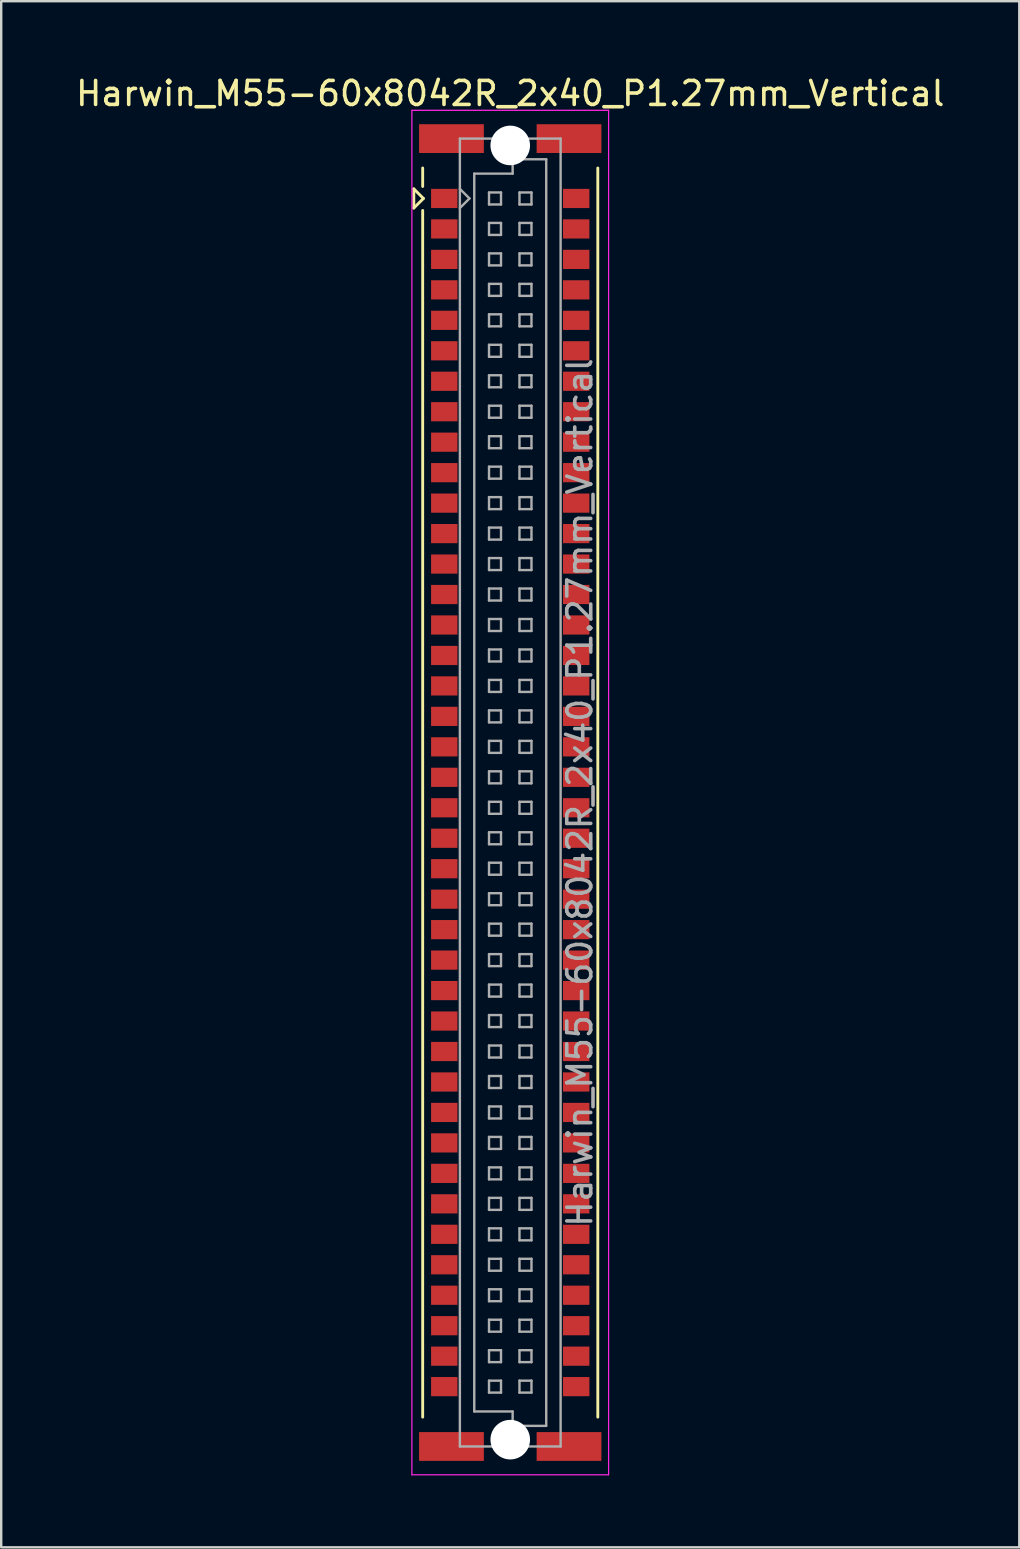
<source format=kicad_pcb>
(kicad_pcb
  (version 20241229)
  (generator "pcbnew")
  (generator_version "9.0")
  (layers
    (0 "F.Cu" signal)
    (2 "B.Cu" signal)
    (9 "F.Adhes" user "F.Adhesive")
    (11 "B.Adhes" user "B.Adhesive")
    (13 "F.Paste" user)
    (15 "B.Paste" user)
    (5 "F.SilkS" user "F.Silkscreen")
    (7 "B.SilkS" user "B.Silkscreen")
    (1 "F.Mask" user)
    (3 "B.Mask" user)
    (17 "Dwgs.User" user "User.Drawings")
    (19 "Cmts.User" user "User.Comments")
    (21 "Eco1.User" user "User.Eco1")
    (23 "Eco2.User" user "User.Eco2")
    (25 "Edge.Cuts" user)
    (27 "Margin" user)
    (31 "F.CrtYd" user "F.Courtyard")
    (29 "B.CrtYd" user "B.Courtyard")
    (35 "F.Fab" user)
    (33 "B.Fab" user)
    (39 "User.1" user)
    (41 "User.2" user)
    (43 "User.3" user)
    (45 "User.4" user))
  (footprint "Harwin_M55-60x8042R_2x40_P1.27mm_Vertical"
    (layer "F.Cu")
    (at 18.22 29.988)
    (property "Reference" "Harwin_M55-60x8042R_2x40_P1.27mm_Vertical" (at 0 -29.14 0) (layer "F.SilkS") (effects (font (size 1 1) (thickness 0.15))))
    (attr smd)
    (fp_line (start -4.02 -25.165) (end -4.02 -24.365) (stroke (width 0.12) (type solid)) (layer "F.SilkS"))
    (fp_line (start -4.02 -24.365) (end -3.62 -24.765) (stroke (width 0.12) (type solid)) (layer "F.SilkS"))
    (fp_line (start -3.65 -25.265) (end -3.65 -26.035) (stroke (width 0.12) (type solid)) (layer "F.SilkS"))
    (fp_line (start -3.65 -24.265) (end -3.65 26.035) (stroke (width 0.12) (type solid)) (layer "F.SilkS"))
    (fp_line (start -3.62 -24.765) (end -4.02 -25.165) (stroke (width 0.12) (type solid)) (layer "F.SilkS"))
    (fp_line (start 3.65 26.035) (end 3.65 -26.035) (stroke (width 0.12) (type solid)) (layer "F.SilkS"))
    (fp_line (start -4.1 -28.44) (end 4.1 -28.44) (stroke (width 0.05) (type solid)) (layer "F.CrtYd"))
    (fp_line (start -4.1 28.44) (end -4.1 -28.44) (stroke (width 0.05) (type solid)) (layer "F.CrtYd"))
    (fp_line (start 4.1 -28.44) (end 4.1 28.44) (stroke (width 0.05) (type solid)) (layer "F.CrtYd"))
    (fp_line (start 4.1 28.44) (end -4.1 28.44) (stroke (width 0.05) (type solid)) (layer "F.CrtYd"))
    (fp_line (start -2.1 -27.26) (end -2.1 27.26) (stroke (width 0.1) (type solid)) (layer "F.Fab"))
    (fp_line (start -2.1 -24.365) (end -1.7 -24.765) (stroke (width 0.1) (type solid)) (layer "F.Fab"))
    (fp_line (start -2.1 27.26) (end 2.1 27.26) (stroke (width 0.1) (type solid)) (layer "F.Fab"))
    (fp_line (start -1.7 -24.765) (end -2.1 -25.165) (stroke (width 0.1) (type solid)) (layer "F.Fab"))
    (fp_line (start -1.5 -25.8) (end 0.1 -25.8) (stroke (width 0.1) (type solid)) (layer "F.Fab"))
    (fp_line (start -1.5 25.8) (end -1.5 -25.8) (stroke (width 0.1) (type solid)) (layer "F.Fab"))
    (fp_line (start -0.885 -25.015) (end -0.885 -24.515) (stroke (width 0.1) (type solid)) (layer "F.Fab"))
    (fp_line (start -0.885 -24.515) (end -0.385 -24.515) (stroke (width 0.1) (type solid)) (layer "F.Fab"))
    (fp_line (start -0.885 -23.745) (end -0.885 -23.245) (stroke (width 0.1) (type solid)) (layer "F.Fab"))
    (fp_line (start -0.885 -23.245) (end -0.385 -23.245) (stroke (width 0.1) (type solid)) (layer "F.Fab"))
    (fp_line (start -0.885 -22.475) (end -0.885 -21.975) (stroke (width 0.1) (type solid)) (layer "F.Fab"))
    (fp_line (start -0.885 -21.975) (end -0.385 -21.975) (stroke (width 0.1) (type solid)) (layer "F.Fab"))
    (fp_line (start -0.885 -21.205) (end -0.885 -20.705) (stroke (width 0.1) (type solid)) (layer "F.Fab"))
    (fp_line (start -0.885 -20.705) (end -0.385 -20.705) (stroke (width 0.1) (type solid)) (layer "F.Fab"))
    (fp_line (start -0.885 -19.935) (end -0.885 -19.435) (stroke (width 0.1) (type solid)) (layer "F.Fab"))
    (fp_line (start -0.885 -19.435) (end -0.385 -19.435) (stroke (width 0.1) (type solid)) (layer "F.Fab"))
    (fp_line (start -0.885 -18.665) (end -0.885 -18.165) (stroke (width 0.1) (type solid)) (layer "F.Fab"))
    (fp_line (start -0.885 -18.165) (end -0.385 -18.165) (stroke (width 0.1) (type solid)) (layer "F.Fab"))
    (fp_line (start -0.885 -17.395) (end -0.885 -16.895) (stroke (width 0.1) (type solid)) (layer "F.Fab"))
    (fp_line (start -0.885 -16.895) (end -0.385 -16.895) (stroke (width 0.1) (type solid)) (layer "F.Fab"))
    (fp_line (start -0.885 -16.125) (end -0.885 -15.625) (stroke (width 0.1) (type solid)) (layer "F.Fab"))
    (fp_line (start -0.885 -15.625) (end -0.385 -15.625) (stroke (width 0.1) (type solid)) (layer "F.Fab"))
    (fp_line (start -0.885 -14.855) (end -0.885 -14.355) (stroke (width 0.1) (type solid)) (layer "F.Fab"))
    (fp_line (start -0.885 -14.355) (end -0.385 -14.355) (stroke (width 0.1) (type solid)) (layer "F.Fab"))
    (fp_line (start -0.885 -13.585) (end -0.885 -13.085) (stroke (width 0.1) (type solid)) (layer "F.Fab"))
    (fp_line (start -0.885 -13.085) (end -0.385 -13.085) (stroke (width 0.1) (type solid)) (layer "F.Fab"))
    (fp_line (start -0.885 -12.315) (end -0.885 -11.815) (stroke (width 0.1) (type solid)) (layer "F.Fab"))
    (fp_line (start -0.885 -11.815) (end -0.385 -11.815) (stroke (width 0.1) (type solid)) (layer "F.Fab"))
    (fp_line (start -0.885 -11.045) (end -0.885 -10.545) (stroke (width 0.1) (type solid)) (layer "F.Fab"))
    (fp_line (start -0.885 -10.545) (end -0.385 -10.545) (stroke (width 0.1) (type solid)) (layer "F.Fab"))
    (fp_line (start -0.885 -9.775) (end -0.885 -9.275) (stroke (width 0.1) (type solid)) (layer "F.Fab"))
    (fp_line (start -0.885 -9.275) (end -0.385 -9.275) (stroke (width 0.1) (type solid)) (layer "F.Fab"))
    (fp_line (start -0.885 -8.505) (end -0.885 -8.005) (stroke (width 0.1) (type solid)) (layer "F.Fab"))
    (fp_line (start -0.885 -8.005) (end -0.385 -8.005) (stroke (width 0.1) (type solid)) (layer "F.Fab"))
    (fp_line (start -0.885 -7.235) (end -0.885 -6.735) (stroke (width 0.1) (type solid)) (layer "F.Fab"))
    (fp_line (start -0.885 -6.735) (end -0.385 -6.735) (stroke (width 0.1) (type solid)) (layer "F.Fab"))
    (fp_line (start -0.885 -5.965) (end -0.885 -5.465) (stroke (width 0.1) (type solid)) (layer "F.Fab"))
    (fp_line (start -0.885 -5.465) (end -0.385 -5.465) (stroke (width 0.1) (type solid)) (layer "F.Fab"))
    (fp_line (start -0.885 -4.695) (end -0.885 -4.195) (stroke (width 0.1) (type solid)) (layer "F.Fab"))
    (fp_line (start -0.885 -4.195) (end -0.385 -4.195) (stroke (width 0.1) (type solid)) (layer "F.Fab"))
    (fp_line (start -0.885 -3.425) (end -0.885 -2.925) (stroke (width 0.1) (type solid)) (layer "F.Fab"))
    (fp_line (start -0.885 -2.925) (end -0.385 -2.925) (stroke (width 0.1) (type solid)) (layer "F.Fab"))
    (fp_line (start -0.885 -2.155) (end -0.885 -1.655) (stroke (width 0.1) (type solid)) (layer "F.Fab"))
    (fp_line (start -0.885 -1.655) (end -0.385 -1.655) (stroke (width 0.1) (type solid)) (layer "F.Fab"))
    (fp_line (start -0.885 -0.885) (end -0.885 -0.385) (stroke (width 0.1) (type solid)) (layer "F.Fab"))
    (fp_line (start -0.885 -0.385) (end -0.385 -0.385) (stroke (width 0.1) (type solid)) (layer "F.Fab"))
    (fp_line (start -0.885 0.385) (end -0.885 0.885) (stroke (width 0.1) (type solid)) (layer "F.Fab"))
    (fp_line (start -0.885 0.885) (end -0.385 0.885) (stroke (width 0.1) (type solid)) (layer "F.Fab"))
    (fp_line (start -0.885 1.655) (end -0.885 2.155) (stroke (width 0.1) (type solid)) (layer "F.Fab"))
    (fp_line (start -0.885 2.155) (end -0.385 2.155) (stroke (width 0.1) (type solid)) (layer "F.Fab"))
    (fp_line (start -0.885 2.925) (end -0.885 3.425) (stroke (width 0.1) (type solid)) (layer "F.Fab"))
    (fp_line (start -0.885 3.425) (end -0.385 3.425) (stroke (width 0.1) (type solid)) (layer "F.Fab"))
    (fp_line (start -0.885 4.195) (end -0.885 4.695) (stroke (width 0.1) (type solid)) (layer "F.Fab"))
    (fp_line (start -0.885 4.695) (end -0.385 4.695) (stroke (width 0.1) (type solid)) (layer "F.Fab"))
    (fp_line (start -0.885 5.465) (end -0.885 5.965) (stroke (width 0.1) (type solid)) (layer "F.Fab"))
    (fp_line (start -0.885 5.965) (end -0.385 5.965) (stroke (width 0.1) (type solid)) (layer "F.Fab"))
    (fp_line (start -0.885 6.735) (end -0.885 7.235) (stroke (width 0.1) (type solid)) (layer "F.Fab"))
    (fp_line (start -0.885 7.235) (end -0.385 7.235) (stroke (width 0.1) (type solid)) (layer "F.Fab"))
    (fp_line (start -0.885 8.005) (end -0.885 8.505) (stroke (width 0.1) (type solid)) (layer "F.Fab"))
    (fp_line (start -0.885 8.505) (end -0.385 8.505) (stroke (width 0.1) (type solid)) (layer "F.Fab"))
    (fp_line (start -0.885 9.275) (end -0.885 9.775) (stroke (width 0.1) (type solid)) (layer "F.Fab"))
    (fp_line (start -0.885 9.775) (end -0.385 9.775) (stroke (width 0.1) (type solid)) (layer "F.Fab"))
    (fp_line (start -0.885 10.545) (end -0.885 11.045) (stroke (width 0.1) (type solid)) (layer "F.Fab"))
    (fp_line (start -0.885 11.045) (end -0.385 11.045) (stroke (width 0.1) (type solid)) (layer "F.Fab"))
    (fp_line (start -0.885 11.815) (end -0.885 12.315) (stroke (width 0.1) (type solid)) (layer "F.Fab"))
    (fp_line (start -0.885 12.315) (end -0.385 12.315) (stroke (width 0.1) (type solid)) (layer "F.Fab"))
    (fp_line (start -0.885 13.085) (end -0.885 13.585) (stroke (width 0.1) (type solid)) (layer "F.Fab"))
    (fp_line (start -0.885 13.585) (end -0.385 13.585) (stroke (width 0.1) (type solid)) (layer "F.Fab"))
    (fp_line (start -0.885 14.355) (end -0.885 14.855) (stroke (width 0.1) (type solid)) (layer "F.Fab"))
    (fp_line (start -0.885 14.855) (end -0.385 14.855) (stroke (width 0.1) (type solid)) (layer "F.Fab"))
    (fp_line (start -0.885 15.625) (end -0.885 16.125) (stroke (width 0.1) (type solid)) (layer "F.Fab"))
    (fp_line (start -0.885 16.125) (end -0.385 16.125) (stroke (width 0.1) (type solid)) (layer "F.Fab"))
    (fp_line (start -0.885 16.895) (end -0.885 17.395) (stroke (width 0.1) (type solid)) (layer "F.Fab"))
    (fp_line (start -0.885 17.395) (end -0.385 17.395) (stroke (width 0.1) (type solid)) (layer "F.Fab"))
    (fp_line (start -0.885 18.165) (end -0.885 18.665) (stroke (width 0.1) (type solid)) (layer "F.Fab"))
    (fp_line (start -0.885 18.665) (end -0.385 18.665) (stroke (width 0.1) (type solid)) (layer "F.Fab"))
    (fp_line (start -0.885 19.435) (end -0.885 19.935) (stroke (width 0.1) (type solid)) (layer "F.Fab"))
    (fp_line (start -0.885 19.935) (end -0.385 19.935) (stroke (width 0.1) (type solid)) (layer "F.Fab"))
    (fp_line (start -0.885 20.705) (end -0.885 21.205) (stroke (width 0.1) (type solid)) (layer "F.Fab"))
    (fp_line (start -0.885 21.205) (end -0.385 21.205) (stroke (width 0.1) (type solid)) (layer "F.Fab"))
    (fp_line (start -0.885 21.975) (end -0.885 22.475) (stroke (width 0.1) (type solid)) (layer "F.Fab"))
    (fp_line (start -0.885 22.475) (end -0.385 22.475) (stroke (width 0.1) (type solid)) (layer "F.Fab"))
    (fp_line (start -0.885 23.245) (end -0.885 23.745) (stroke (width 0.1) (type solid)) (layer "F.Fab"))
    (fp_line (start -0.885 23.745) (end -0.385 23.745) (stroke (width 0.1) (type solid)) (layer "F.Fab"))
    (fp_line (start -0.885 24.515) (end -0.885 25.015) (stroke (width 0.1) (type solid)) (layer "F.Fab"))
    (fp_line (start -0.885 25.015) (end -0.385 25.015) (stroke (width 0.1) (type solid)) (layer "F.Fab"))
    (fp_line (start -0.385 -25.015) (end -0.885 -25.015) (stroke (width 0.1) (type solid)) (layer "F.Fab"))
    (fp_line (start -0.385 -24.515) (end -0.385 -25.015) (stroke (width 0.1) (type solid)) (layer "F.Fab"))
    (fp_line (start -0.385 -23.745) (end -0.885 -23.745) (stroke (width 0.1) (type solid)) (layer "F.Fab"))
    (fp_line (start -0.385 -23.245) (end -0.385 -23.745) (stroke (width 0.1) (type solid)) (layer "F.Fab"))
    (fp_line (start -0.385 -22.475) (end -0.885 -22.475) (stroke (width 0.1) (type solid)) (layer "F.Fab"))
    (fp_line (start -0.385 -21.975) (end -0.385 -22.475) (stroke (width 0.1) (type solid)) (layer "F.Fab"))
    (fp_line (start -0.385 -21.205) (end -0.885 -21.205) (stroke (width 0.1) (type solid)) (layer "F.Fab"))
    (fp_line (start -0.385 -20.705) (end -0.385 -21.205) (stroke (width 0.1) (type solid)) (layer "F.Fab"))
    (fp_line (start -0.385 -19.935) (end -0.885 -19.935) (stroke (width 0.1) (type solid)) (layer "F.Fab"))
    (fp_line (start -0.385 -19.435) (end -0.385 -19.935) (stroke (width 0.1) (type solid)) (layer "F.Fab"))
    (fp_line (start -0.385 -18.665) (end -0.885 -18.665) (stroke (width 0.1) (type solid)) (layer "F.Fab"))
    (fp_line (start -0.385 -18.165) (end -0.385 -18.665) (stroke (width 0.1) (type solid)) (layer "F.Fab"))
    (fp_line (start -0.385 -17.395) (end -0.885 -17.395) (stroke (width 0.1) (type solid)) (layer "F.Fab"))
    (fp_line (start -0.385 -16.895) (end -0.385 -17.395) (stroke (width 0.1) (type solid)) (layer "F.Fab"))
    (fp_line (start -0.385 -16.125) (end -0.885 -16.125) (stroke (width 0.1) (type solid)) (layer "F.Fab"))
    (fp_line (start -0.385 -15.625) (end -0.385 -16.125) (stroke (width 0.1) (type solid)) (layer "F.Fab"))
    (fp_line (start -0.385 -14.855) (end -0.885 -14.855) (stroke (width 0.1) (type solid)) (layer "F.Fab"))
    (fp_line (start -0.385 -14.355) (end -0.385 -14.855) (stroke (width 0.1) (type solid)) (layer "F.Fab"))
    (fp_line (start -0.385 -13.585) (end -0.885 -13.585) (stroke (width 0.1) (type solid)) (layer "F.Fab"))
    (fp_line (start -0.385 -13.085) (end -0.385 -13.585) (stroke (width 0.1) (type solid)) (layer "F.Fab"))
    (fp_line (start -0.385 -12.315) (end -0.885 -12.315) (stroke (width 0.1) (type solid)) (layer "F.Fab"))
    (fp_line (start -0.385 -11.815) (end -0.385 -12.315) (stroke (width 0.1) (type solid)) (layer "F.Fab"))
    (fp_line (start -0.385 -11.045) (end -0.885 -11.045) (stroke (width 0.1) (type solid)) (layer "F.Fab"))
    (fp_line (start -0.385 -10.545) (end -0.385 -11.045) (stroke (width 0.1) (type solid)) (layer "F.Fab"))
    (fp_line (start -0.385 -9.775) (end -0.885 -9.775) (stroke (width 0.1) (type solid)) (layer "F.Fab"))
    (fp_line (start -0.385 -9.275) (end -0.385 -9.775) (stroke (width 0.1) (type solid)) (layer "F.Fab"))
    (fp_line (start -0.385 -8.505) (end -0.885 -8.505) (stroke (width 0.1) (type solid)) (layer "F.Fab"))
    (fp_line (start -0.385 -8.005) (end -0.385 -8.505) (stroke (width 0.1) (type solid)) (layer "F.Fab"))
    (fp_line (start -0.385 -7.235) (end -0.885 -7.235) (stroke (width 0.1) (type solid)) (layer "F.Fab"))
    (fp_line (start -0.385 -6.735) (end -0.385 -7.235) (stroke (width 0.1) (type solid)) (layer "F.Fab"))
    (fp_line (start -0.385 -5.965) (end -0.885 -5.965) (stroke (width 0.1) (type solid)) (layer "F.Fab"))
    (fp_line (start -0.385 -5.465) (end -0.385 -5.965) (stroke (width 0.1) (type solid)) (layer "F.Fab"))
    (fp_line (start -0.385 -4.695) (end -0.885 -4.695) (stroke (width 0.1) (type solid)) (layer "F.Fab"))
    (fp_line (start -0.385 -4.195) (end -0.385 -4.695) (stroke (width 0.1) (type solid)) (layer "F.Fab"))
    (fp_line (start -0.385 -3.425) (end -0.885 -3.425) (stroke (width 0.1) (type solid)) (layer "F.Fab"))
    (fp_line (start -0.385 -2.925) (end -0.385 -3.425) (stroke (width 0.1) (type solid)) (layer "F.Fab"))
    (fp_line (start -0.385 -2.155) (end -0.885 -2.155) (stroke (width 0.1) (type solid)) (layer "F.Fab"))
    (fp_line (start -0.385 -1.655) (end -0.385 -2.155) (stroke (width 0.1) (type solid)) (layer "F.Fab"))
    (fp_line (start -0.385 -0.885) (end -0.885 -0.885) (stroke (width 0.1) (type solid)) (layer "F.Fab"))
    (fp_line (start -0.385 -0.385) (end -0.385 -0.885) (stroke (width 0.1) (type solid)) (layer "F.Fab"))
    (fp_line (start -0.385 0.385) (end -0.885 0.385) (stroke (width 0.1) (type solid)) (layer "F.Fab"))
    (fp_line (start -0.385 0.885) (end -0.385 0.385) (stroke (width 0.1) (type solid)) (layer "F.Fab"))
    (fp_line (start -0.385 1.655) (end -0.885 1.655) (stroke (width 0.1) (type solid)) (layer "F.Fab"))
    (fp_line (start -0.385 2.155) (end -0.385 1.655) (stroke (width 0.1) (type solid)) (layer "F.Fab"))
    (fp_line (start -0.385 2.925) (end -0.885 2.925) (stroke (width 0.1) (type solid)) (layer "F.Fab"))
    (fp_line (start -0.385 3.425) (end -0.385 2.925) (stroke (width 0.1) (type solid)) (layer "F.Fab"))
    (fp_line (start -0.385 4.195) (end -0.885 4.195) (stroke (width 0.1) (type solid)) (layer "F.Fab"))
    (fp_line (start -0.385 4.695) (end -0.385 4.195) (stroke (width 0.1) (type solid)) (layer "F.Fab"))
    (fp_line (start -0.385 5.465) (end -0.885 5.465) (stroke (width 0.1) (type solid)) (layer "F.Fab"))
    (fp_line (start -0.385 5.965) (end -0.385 5.465) (stroke (width 0.1) (type solid)) (layer "F.Fab"))
    (fp_line (start -0.385 6.735) (end -0.885 6.735) (stroke (width 0.1) (type solid)) (layer "F.Fab"))
    (fp_line (start -0.385 7.235) (end -0.385 6.735) (stroke (width 0.1) (type solid)) (layer "F.Fab"))
    (fp_line (start -0.385 8.005) (end -0.885 8.005) (stroke (width 0.1) (type solid)) (layer "F.Fab"))
    (fp_line (start -0.385 8.505) (end -0.385 8.005) (stroke (width 0.1) (type solid)) (layer "F.Fab"))
    (fp_line (start -0.385 9.275) (end -0.885 9.275) (stroke (width 0.1) (type solid)) (layer "F.Fab"))
    (fp_line (start -0.385 9.775) (end -0.385 9.275) (stroke (width 0.1) (type solid)) (layer "F.Fab"))
    (fp_line (start -0.385 10.545) (end -0.885 10.545) (stroke (width 0.1) (type solid)) (layer "F.Fab"))
    (fp_line (start -0.385 11.045) (end -0.385 10.545) (stroke (width 0.1) (type solid)) (layer "F.Fab"))
    (fp_line (start -0.385 11.815) (end -0.885 11.815) (stroke (width 0.1) (type solid)) (layer "F.Fab"))
    (fp_line (start -0.385 12.315) (end -0.385 11.815) (stroke (width 0.1) (type solid)) (layer "F.Fab"))
    (fp_line (start -0.385 13.085) (end -0.885 13.085) (stroke (width 0.1) (type solid)) (layer "F.Fab"))
    (fp_line (start -0.385 13.585) (end -0.385 13.085) (stroke (width 0.1) (type solid)) (layer "F.Fab"))
    (fp_line (start -0.385 14.355) (end -0.885 14.355) (stroke (width 0.1) (type solid)) (layer "F.Fab"))
    (fp_line (start -0.385 14.855) (end -0.385 14.355) (stroke (width 0.1) (type solid)) (layer "F.Fab"))
    (fp_line (start -0.385 15.625) (end -0.885 15.625) (stroke (width 0.1) (type solid)) (layer "F.Fab"))
    (fp_line (start -0.385 16.125) (end -0.385 15.625) (stroke (width 0.1) (type solid)) (layer "F.Fab"))
    (fp_line (start -0.385 16.895) (end -0.885 16.895) (stroke (width 0.1) (type solid)) (layer "F.Fab"))
    (fp_line (start -0.385 17.395) (end -0.385 16.895) (stroke (width 0.1) (type solid)) (layer "F.Fab"))
    (fp_line (start -0.385 18.165) (end -0.885 18.165) (stroke (width 0.1) (type solid)) (layer "F.Fab"))
    (fp_line (start -0.385 18.665) (end -0.385 18.165) (stroke (width 0.1) (type solid)) (layer "F.Fab"))
    (fp_line (start -0.385 19.435) (end -0.885 19.435) (stroke (width 0.1) (type solid)) (layer "F.Fab"))
    (fp_line (start -0.385 19.935) (end -0.385 19.435) (stroke (width 0.1) (type solid)) (layer "F.Fab"))
    (fp_line (start -0.385 20.705) (end -0.885 20.705) (stroke (width 0.1) (type solid)) (layer "F.Fab"))
    (fp_line (start -0.385 21.205) (end -0.385 20.705) (stroke (width 0.1) (type solid)) (layer "F.Fab"))
    (fp_line (start -0.385 21.975) (end -0.885 21.975) (stroke (width 0.1) (type solid)) (layer "F.Fab"))
    (fp_line (start -0.385 22.475) (end -0.385 21.975) (stroke (width 0.1) (type solid)) (layer "F.Fab"))
    (fp_line (start -0.385 23.245) (end -0.885 23.245) (stroke (width 0.1) (type solid)) (layer "F.Fab"))
    (fp_line (start -0.385 23.745) (end -0.385 23.245) (stroke (width 0.1) (type solid)) (layer "F.Fab"))
    (fp_line (start -0.385 24.515) (end -0.885 24.515) (stroke (width 0.1) (type solid)) (layer "F.Fab"))
    (fp_line (start -0.385 25.015) (end -0.385 24.515) (stroke (width 0.1) (type solid)) (layer "F.Fab"))
    (fp_line (start 0.1 -26.4) (end 1.5 -26.4) (stroke (width 0.1) (type solid)) (layer "F.Fab"))
    (fp_line (start 0.1 -25.8) (end 0.1 -26.4) (stroke (width 0.1) (type solid)) (layer "F.Fab"))
    (fp_line (start 0.1 25.8) (end -1.5 25.8) (stroke (width 0.1) (type solid)) (layer "F.Fab"))
    (fp_line (start 0.1 26.4) (end 0.1 25.8) (stroke (width 0.1) (type solid)) (layer "F.Fab"))
    (fp_line (start 0.385 -25.015) (end 0.385 -24.515) (stroke (width 0.1) (type solid)) (layer "F.Fab"))
    (fp_line (start 0.385 -24.515) (end 0.885 -24.515) (stroke (width 0.1) (type solid)) (layer "F.Fab"))
    (fp_line (start 0.385 -23.745) (end 0.385 -23.245) (stroke (width 0.1) (type solid)) (layer "F.Fab"))
    (fp_line (start 0.385 -23.245) (end 0.885 -23.245) (stroke (width 0.1) (type solid)) (layer "F.Fab"))
    (fp_line (start 0.385 -22.475) (end 0.385 -21.975) (stroke (width 0.1) (type solid)) (layer "F.Fab"))
    (fp_line (start 0.385 -21.975) (end 0.885 -21.975) (stroke (width 0.1) (type solid)) (layer "F.Fab"))
    (fp_line (start 0.385 -21.205) (end 0.385 -20.705) (stroke (width 0.1) (type solid)) (layer "F.Fab"))
    (fp_line (start 0.385 -20.705) (end 0.885 -20.705) (stroke (width 0.1) (type solid)) (layer "F.Fab"))
    (fp_line (start 0.385 -19.935) (end 0.385 -19.435) (stroke (width 0.1) (type solid)) (layer "F.Fab"))
    (fp_line (start 0.385 -19.435) (end 0.885 -19.435) (stroke (width 0.1) (type solid)) (layer "F.Fab"))
    (fp_line (start 0.385 -18.665) (end 0.385 -18.165) (stroke (width 0.1) (type solid)) (layer "F.Fab"))
    (fp_line (start 0.385 -18.165) (end 0.885 -18.165) (stroke (width 0.1) (type solid)) (layer "F.Fab"))
    (fp_line (start 0.385 -17.395) (end 0.385 -16.895) (stroke (width 0.1) (type solid)) (layer "F.Fab"))
    (fp_line (start 0.385 -16.895) (end 0.885 -16.895) (stroke (width 0.1) (type solid)) (layer "F.Fab"))
    (fp_line (start 0.385 -16.125) (end 0.385 -15.625) (stroke (width 0.1) (type solid)) (layer "F.Fab"))
    (fp_line (start 0.385 -15.625) (end 0.885 -15.625) (stroke (width 0.1) (type solid)) (layer "F.Fab"))
    (fp_line (start 0.385 -14.855) (end 0.385 -14.355) (stroke (width 0.1) (type solid)) (layer "F.Fab"))
    (fp_line (start 0.385 -14.355) (end 0.885 -14.355) (stroke (width 0.1) (type solid)) (layer "F.Fab"))
    (fp_line (start 0.385 -13.585) (end 0.385 -13.085) (stroke (width 0.1) (type solid)) (layer "F.Fab"))
    (fp_line (start 0.385 -13.085) (end 0.885 -13.085) (stroke (width 0.1) (type solid)) (layer "F.Fab"))
    (fp_line (start 0.385 -12.315) (end 0.385 -11.815) (stroke (width 0.1) (type solid)) (layer "F.Fab"))
    (fp_line (start 0.385 -11.815) (end 0.885 -11.815) (stroke (width 0.1) (type solid)) (layer "F.Fab"))
    (fp_line (start 0.385 -11.045) (end 0.385 -10.545) (stroke (width 0.1) (type solid)) (layer "F.Fab"))
    (fp_line (start 0.385 -10.545) (end 0.885 -10.545) (stroke (width 0.1) (type solid)) (layer "F.Fab"))
    (fp_line (start 0.385 -9.775) (end 0.385 -9.275) (stroke (width 0.1) (type solid)) (layer "F.Fab"))
    (fp_line (start 0.385 -9.275) (end 0.885 -9.275) (stroke (width 0.1) (type solid)) (layer "F.Fab"))
    (fp_line (start 0.385 -8.505) (end 0.385 -8.005) (stroke (width 0.1) (type solid)) (layer "F.Fab"))
    (fp_line (start 0.385 -8.005) (end 0.885 -8.005) (stroke (width 0.1) (type solid)) (layer "F.Fab"))
    (fp_line (start 0.385 -7.235) (end 0.385 -6.735) (stroke (width 0.1) (type solid)) (layer "F.Fab"))
    (fp_line (start 0.385 -6.735) (end 0.885 -6.735) (stroke (width 0.1) (type solid)) (layer "F.Fab"))
    (fp_line (start 0.385 -5.965) (end 0.385 -5.465) (stroke (width 0.1) (type solid)) (layer "F.Fab"))
    (fp_line (start 0.385 -5.465) (end 0.885 -5.465) (stroke (width 0.1) (type solid)) (layer "F.Fab"))
    (fp_line (start 0.385 -4.695) (end 0.385 -4.195) (stroke (width 0.1) (type solid)) (layer "F.Fab"))
    (fp_line (start 0.385 -4.195) (end 0.885 -4.195) (stroke (width 0.1) (type solid)) (layer "F.Fab"))
    (fp_line (start 0.385 -3.425) (end 0.385 -2.925) (stroke (width 0.1) (type solid)) (layer "F.Fab"))
    (fp_line (start 0.385 -2.925) (end 0.885 -2.925) (stroke (width 0.1) (type solid)) (layer "F.Fab"))
    (fp_line (start 0.385 -2.155) (end 0.385 -1.655) (stroke (width 0.1) (type solid)) (layer "F.Fab"))
    (fp_line (start 0.385 -1.655) (end 0.885 -1.655) (stroke (width 0.1) (type solid)) (layer "F.Fab"))
    (fp_line (start 0.385 -0.885) (end 0.385 -0.385) (stroke (width 0.1) (type solid)) (layer "F.Fab"))
    (fp_line (start 0.385 -0.385) (end 0.885 -0.385) (stroke (width 0.1) (type solid)) (layer "F.Fab"))
    (fp_line (start 0.385 0.385) (end 0.385 0.885) (stroke (width 0.1) (type solid)) (layer "F.Fab"))
    (fp_line (start 0.385 0.885) (end 0.885 0.885) (stroke (width 0.1) (type solid)) (layer "F.Fab"))
    (fp_line (start 0.385 1.655) (end 0.385 2.155) (stroke (width 0.1) (type solid)) (layer "F.Fab"))
    (fp_line (start 0.385 2.155) (end 0.885 2.155) (stroke (width 0.1) (type solid)) (layer "F.Fab"))
    (fp_line (start 0.385 2.925) (end 0.385 3.425) (stroke (width 0.1) (type solid)) (layer "F.Fab"))
    (fp_line (start 0.385 3.425) (end 0.885 3.425) (stroke (width 0.1) (type solid)) (layer "F.Fab"))
    (fp_line (start 0.385 4.195) (end 0.385 4.695) (stroke (width 0.1) (type solid)) (layer "F.Fab"))
    (fp_line (start 0.385 4.695) (end 0.885 4.695) (stroke (width 0.1) (type solid)) (layer "F.Fab"))
    (fp_line (start 0.385 5.465) (end 0.385 5.965) (stroke (width 0.1) (type solid)) (layer "F.Fab"))
    (fp_line (start 0.385 5.965) (end 0.885 5.965) (stroke (width 0.1) (type solid)) (layer "F.Fab"))
    (fp_line (start 0.385 6.735) (end 0.385 7.235) (stroke (width 0.1) (type solid)) (layer "F.Fab"))
    (fp_line (start 0.385 7.235) (end 0.885 7.235) (stroke (width 0.1) (type solid)) (layer "F.Fab"))
    (fp_line (start 0.385 8.005) (end 0.385 8.505) (stroke (width 0.1) (type solid)) (layer "F.Fab"))
    (fp_line (start 0.385 8.505) (end 0.885 8.505) (stroke (width 0.1) (type solid)) (layer "F.Fab"))
    (fp_line (start 0.385 9.275) (end 0.385 9.775) (stroke (width 0.1) (type solid)) (layer "F.Fab"))
    (fp_line (start 0.385 9.775) (end 0.885 9.775) (stroke (width 0.1) (type solid)) (layer "F.Fab"))
    (fp_line (start 0.385 10.545) (end 0.385 11.045) (stroke (width 0.1) (type solid)) (layer "F.Fab"))
    (fp_line (start 0.385 11.045) (end 0.885 11.045) (stroke (width 0.1) (type solid)) (layer "F.Fab"))
    (fp_line (start 0.385 11.815) (end 0.385 12.315) (stroke (width 0.1) (type solid)) (layer "F.Fab"))
    (fp_line (start 0.385 12.315) (end 0.885 12.315) (stroke (width 0.1) (type solid)) (layer "F.Fab"))
    (fp_line (start 0.385 13.085) (end 0.385 13.585) (stroke (width 0.1) (type solid)) (layer "F.Fab"))
    (fp_line (start 0.385 13.585) (end 0.885 13.585) (stroke (width 0.1) (type solid)) (layer "F.Fab"))
    (fp_line (start 0.385 14.355) (end 0.385 14.855) (stroke (width 0.1) (type solid)) (layer "F.Fab"))
    (fp_line (start 0.385 14.855) (end 0.885 14.855) (stroke (width 0.1) (type solid)) (layer "F.Fab"))
    (fp_line (start 0.385 15.625) (end 0.385 16.125) (stroke (width 0.1) (type solid)) (layer "F.Fab"))
    (fp_line (start 0.385 16.125) (end 0.885 16.125) (stroke (width 0.1) (type solid)) (layer "F.Fab"))
    (fp_line (start 0.385 16.895) (end 0.385 17.395) (stroke (width 0.1) (type solid)) (layer "F.Fab"))
    (fp_line (start 0.385 17.395) (end 0.885 17.395) (stroke (width 0.1) (type solid)) (layer "F.Fab"))
    (fp_line (start 0.385 18.165) (end 0.385 18.665) (stroke (width 0.1) (type solid)) (layer "F.Fab"))
    (fp_line (start 0.385 18.665) (end 0.885 18.665) (stroke (width 0.1) (type solid)) (layer "F.Fab"))
    (fp_line (start 0.385 19.435) (end 0.385 19.935) (stroke (width 0.1) (type solid)) (layer "F.Fab"))
    (fp_line (start 0.385 19.935) (end 0.885 19.935) (stroke (width 0.1) (type solid)) (layer "F.Fab"))
    (fp_line (start 0.385 20.705) (end 0.385 21.205) (stroke (width 0.1) (type solid)) (layer "F.Fab"))
    (fp_line (start 0.385 21.205) (end 0.885 21.205) (stroke (width 0.1) (type solid)) (layer "F.Fab"))
    (fp_line (start 0.385 21.975) (end 0.385 22.475) (stroke (width 0.1) (type solid)) (layer "F.Fab"))
    (fp_line (start 0.385 22.475) (end 0.885 22.475) (stroke (width 0.1) (type solid)) (layer "F.Fab"))
    (fp_line (start 0.385 23.245) (end 0.385 23.745) (stroke (width 0.1) (type solid)) (layer "F.Fab"))
    (fp_line (start 0.385 23.745) (end 0.885 23.745) (stroke (width 0.1) (type solid)) (layer "F.Fab"))
    (fp_line (start 0.385 24.515) (end 0.385 25.015) (stroke (width 0.1) (type solid)) (layer "F.Fab"))
    (fp_line (start 0.385 25.015) (end 0.885 25.015) (stroke (width 0.1) (type solid)) (layer "F.Fab"))
    (fp_line (start 0.885 -25.015) (end 0.385 -25.015) (stroke (width 0.1) (type solid)) (layer "F.Fab"))
    (fp_line (start 0.885 -24.515) (end 0.885 -25.015) (stroke (width 0.1) (type solid)) (layer "F.Fab"))
    (fp_line (start 0.885 -23.745) (end 0.385 -23.745) (stroke (width 0.1) (type solid)) (layer "F.Fab"))
    (fp_line (start 0.885 -23.245) (end 0.885 -23.745) (stroke (width 0.1) (type solid)) (layer "F.Fab"))
    (fp_line (start 0.885 -22.475) (end 0.385 -22.475) (stroke (width 0.1) (type solid)) (layer "F.Fab"))
    (fp_line (start 0.885 -21.975) (end 0.885 -22.475) (stroke (width 0.1) (type solid)) (layer "F.Fab"))
    (fp_line (start 0.885 -21.205) (end 0.385 -21.205) (stroke (width 0.1) (type solid)) (layer "F.Fab"))
    (fp_line (start 0.885 -20.705) (end 0.885 -21.205) (stroke (width 0.1) (type solid)) (layer "F.Fab"))
    (fp_line (start 0.885 -19.935) (end 0.385 -19.935) (stroke (width 0.1) (type solid)) (layer "F.Fab"))
    (fp_line (start 0.885 -19.435) (end 0.885 -19.935) (stroke (width 0.1) (type solid)) (layer "F.Fab"))
    (fp_line (start 0.885 -18.665) (end 0.385 -18.665) (stroke (width 0.1) (type solid)) (layer "F.Fab"))
    (fp_line (start 0.885 -18.165) (end 0.885 -18.665) (stroke (width 0.1) (type solid)) (layer "F.Fab"))
    (fp_line (start 0.885 -17.395) (end 0.385 -17.395) (stroke (width 0.1) (type solid)) (layer "F.Fab"))
    (fp_line (start 0.885 -16.895) (end 0.885 -17.395) (stroke (width 0.1) (type solid)) (layer "F.Fab"))
    (fp_line (start 0.885 -16.125) (end 0.385 -16.125) (stroke (width 0.1) (type solid)) (layer "F.Fab"))
    (fp_line (start 0.885 -15.625) (end 0.885 -16.125) (stroke (width 0.1) (type solid)) (layer "F.Fab"))
    (fp_line (start 0.885 -14.855) (end 0.385 -14.855) (stroke (width 0.1) (type solid)) (layer "F.Fab"))
    (fp_line (start 0.885 -14.355) (end 0.885 -14.855) (stroke (width 0.1) (type solid)) (layer "F.Fab"))
    (fp_line (start 0.885 -13.585) (end 0.385 -13.585) (stroke (width 0.1) (type solid)) (layer "F.Fab"))
    (fp_line (start 0.885 -13.085) (end 0.885 -13.585) (stroke (width 0.1) (type solid)) (layer "F.Fab"))
    (fp_line (start 0.885 -12.315) (end 0.385 -12.315) (stroke (width 0.1) (type solid)) (layer "F.Fab"))
    (fp_line (start 0.885 -11.815) (end 0.885 -12.315) (stroke (width 0.1) (type solid)) (layer "F.Fab"))
    (fp_line (start 0.885 -11.045) (end 0.385 -11.045) (stroke (width 0.1) (type solid)) (layer "F.Fab"))
    (fp_line (start 0.885 -10.545) (end 0.885 -11.045) (stroke (width 0.1) (type solid)) (layer "F.Fab"))
    (fp_line (start 0.885 -9.775) (end 0.385 -9.775) (stroke (width 0.1) (type solid)) (layer "F.Fab"))
    (fp_line (start 0.885 -9.275) (end 0.885 -9.775) (stroke (width 0.1) (type solid)) (layer "F.Fab"))
    (fp_line (start 0.885 -8.505) (end 0.385 -8.505) (stroke (width 0.1) (type solid)) (layer "F.Fab"))
    (fp_line (start 0.885 -8.005) (end 0.885 -8.505) (stroke (width 0.1) (type solid)) (layer "F.Fab"))
    (fp_line (start 0.885 -7.235) (end 0.385 -7.235) (stroke (width 0.1) (type solid)) (layer "F.Fab"))
    (fp_line (start 0.885 -6.735) (end 0.885 -7.235) (stroke (width 0.1) (type solid)) (layer "F.Fab"))
    (fp_line (start 0.885 -5.965) (end 0.385 -5.965) (stroke (width 0.1) (type solid)) (layer "F.Fab"))
    (fp_line (start 0.885 -5.465) (end 0.885 -5.965) (stroke (width 0.1) (type solid)) (layer "F.Fab"))
    (fp_line (start 0.885 -4.695) (end 0.385 -4.695) (stroke (width 0.1) (type solid)) (layer "F.Fab"))
    (fp_line (start 0.885 -4.195) (end 0.885 -4.695) (stroke (width 0.1) (type solid)) (layer "F.Fab"))
    (fp_line (start 0.885 -3.425) (end 0.385 -3.425) (stroke (width 0.1) (type solid)) (layer "F.Fab"))
    (fp_line (start 0.885 -2.925) (end 0.885 -3.425) (stroke (width 0.1) (type solid)) (layer "F.Fab"))
    (fp_line (start 0.885 -2.155) (end 0.385 -2.155) (stroke (width 0.1) (type solid)) (layer "F.Fab"))
    (fp_line (start 0.885 -1.655) (end 0.885 -2.155) (stroke (width 0.1) (type solid)) (layer "F.Fab"))
    (fp_line (start 0.885 -0.885) (end 0.385 -0.885) (stroke (width 0.1) (type solid)) (layer "F.Fab"))
    (fp_line (start 0.885 -0.385) (end 0.885 -0.885) (stroke (width 0.1) (type solid)) (layer "F.Fab"))
    (fp_line (start 0.885 0.385) (end 0.385 0.385) (stroke (width 0.1) (type solid)) (layer "F.Fab"))
    (fp_line (start 0.885 0.885) (end 0.885 0.385) (stroke (width 0.1) (type solid)) (layer "F.Fab"))
    (fp_line (start 0.885 1.655) (end 0.385 1.655) (stroke (width 0.1) (type solid)) (layer "F.Fab"))
    (fp_line (start 0.885 2.155) (end 0.885 1.655) (stroke (width 0.1) (type solid)) (layer "F.Fab"))
    (fp_line (start 0.885 2.925) (end 0.385 2.925) (stroke (width 0.1) (type solid)) (layer "F.Fab"))
    (fp_line (start 0.885 3.425) (end 0.885 2.925) (stroke (width 0.1) (type solid)) (layer "F.Fab"))
    (fp_line (start 0.885 4.195) (end 0.385 4.195) (stroke (width 0.1) (type solid)) (layer "F.Fab"))
    (fp_line (start 0.885 4.695) (end 0.885 4.195) (stroke (width 0.1) (type solid)) (layer "F.Fab"))
    (fp_line (start 0.885 5.465) (end 0.385 5.465) (stroke (width 0.1) (type solid)) (layer "F.Fab"))
    (fp_line (start 0.885 5.965) (end 0.885 5.465) (stroke (width 0.1) (type solid)) (layer "F.Fab"))
    (fp_line (start 0.885 6.735) (end 0.385 6.735) (stroke (width 0.1) (type solid)) (layer "F.Fab"))
    (fp_line (start 0.885 7.235) (end 0.885 6.735) (stroke (width 0.1) (type solid)) (layer "F.Fab"))
    (fp_line (start 0.885 8.005) (end 0.385 8.005) (stroke (width 0.1) (type solid)) (layer "F.Fab"))
    (fp_line (start 0.885 8.505) (end 0.885 8.005) (stroke (width 0.1) (type solid)) (layer "F.Fab"))
    (fp_line (start 0.885 9.275) (end 0.385 9.275) (stroke (width 0.1) (type solid)) (layer "F.Fab"))
    (fp_line (start 0.885 9.775) (end 0.885 9.275) (stroke (width 0.1) (type solid)) (layer "F.Fab"))
    (fp_line (start 0.885 10.545) (end 0.385 10.545) (stroke (width 0.1) (type solid)) (layer "F.Fab"))
    (fp_line (start 0.885 11.045) (end 0.885 10.545) (stroke (width 0.1) (type solid)) (layer "F.Fab"))
    (fp_line (start 0.885 11.815) (end 0.385 11.815) (stroke (width 0.1) (type solid)) (layer "F.Fab"))
    (fp_line (start 0.885 12.315) (end 0.885 11.815) (stroke (width 0.1) (type solid)) (layer "F.Fab"))
    (fp_line (start 0.885 13.085) (end 0.385 13.085) (stroke (width 0.1) (type solid)) (layer "F.Fab"))
    (fp_line (start 0.885 13.585) (end 0.885 13.085) (stroke (width 0.1) (type solid)) (layer "F.Fab"))
    (fp_line (start 0.885 14.355) (end 0.385 14.355) (stroke (width 0.1) (type solid)) (layer "F.Fab"))
    (fp_line (start 0.885 14.855) (end 0.885 14.355) (stroke (width 0.1) (type solid)) (layer "F.Fab"))
    (fp_line (start 0.885 15.625) (end 0.385 15.625) (stroke (width 0.1) (type solid)) (layer "F.Fab"))
    (fp_line (start 0.885 16.125) (end 0.885 15.625) (stroke (width 0.1) (type solid)) (layer "F.Fab"))
    (fp_line (start 0.885 16.895) (end 0.385 16.895) (stroke (width 0.1) (type solid)) (layer "F.Fab"))
    (fp_line (start 0.885 17.395) (end 0.885 16.895) (stroke (width 0.1) (type solid)) (layer "F.Fab"))
    (fp_line (start 0.885 18.165) (end 0.385 18.165) (stroke (width 0.1) (type solid)) (layer "F.Fab"))
    (fp_line (start 0.885 18.665) (end 0.885 18.165) (stroke (width 0.1) (type solid)) (layer "F.Fab"))
    (fp_line (start 0.885 19.435) (end 0.385 19.435) (stroke (width 0.1) (type solid)) (layer "F.Fab"))
    (fp_line (start 0.885 19.935) (end 0.885 19.435) (stroke (width 0.1) (type solid)) (layer "F.Fab"))
    (fp_line (start 0.885 20.705) (end 0.385 20.705) (stroke (width 0.1) (type solid)) (layer "F.Fab"))
    (fp_line (start 0.885 21.205) (end 0.885 20.705) (stroke (width 0.1) (type solid)) (layer "F.Fab"))
    (fp_line (start 0.885 21.975) (end 0.385 21.975) (stroke (width 0.1) (type solid)) (layer "F.Fab"))
    (fp_line (start 0.885 22.475) (end 0.885 21.975) (stroke (width 0.1) (type solid)) (layer "F.Fab"))
    (fp_line (start 0.885 23.245) (end 0.385 23.245) (stroke (width 0.1) (type solid)) (layer "F.Fab"))
    (fp_line (start 0.885 23.745) (end 0.885 23.245) (stroke (width 0.1) (type solid)) (layer "F.Fab"))
    (fp_line (start 0.885 24.515) (end 0.385 24.515) (stroke (width 0.1) (type solid)) (layer "F.Fab"))
    (fp_line (start 0.885 25.015) (end 0.885 24.515) (stroke (width 0.1) (type solid)) (layer "F.Fab"))
    (fp_line (start 1.5 -26.4) (end 1.5 26.4) (stroke (width 0.1) (type solid)) (layer "F.Fab"))
    (fp_line (start 1.5 26.4) (end 0.1 26.4) (stroke (width 0.1) (type solid)) (layer "F.Fab"))
    (fp_line (start 2.1 -27.26) (end -2.1 -27.26) (stroke (width 0.1) (type solid)) (layer "F.Fab"))
    (fp_line (start 2.1 27.26) (end 2.1 -27.26) (stroke (width 0.1) (type solid)) (layer "F.Fab"))
    (fp_text user "${REFERENCE}" (at 2.9 0 90) (layer "F.Fab") (effects (font (size 1 1) (thickness 0.15))))
    (pad "" smd rect (at -2.45 -27.26) (size 2.7 1.2) (layers "F.Cu" "F.Mask" "F.Paste"))
    (pad "" smd rect (at -2.45 27.26) (size 2.7 1.2) (layers "F.Cu" "F.Mask" "F.Paste"))
    (pad "" np_thru_hole circle (at 0 -26.975) (size 1.65 1.65) (drill 1.65) (layers "*.Cu" "*.Mask"))
    (pad "" np_thru_hole circle (at 0 26.975) (size 1.65 1.65) (drill 1.65) (layers "*.Cu" "*.Mask"))
    (pad "" smd rect (at 2.45 -27.26) (size 2.7 1.2) (layers "F.Cu" "F.Mask" "F.Paste"))
    (pad "" smd rect (at 2.45 27.26) (size 2.7 1.2) (layers "F.Cu" "F.Mask" "F.Paste"))
    (pad "1" smd rect (at -2.75 -24.765) (size 1.1 0.8) (layers "F.Cu" "F.Mask" "F.Paste"))
    (pad "2" smd rect (at 2.75 -24.765) (size 1.1 0.8) (layers "F.Cu" "F.Mask" "F.Paste"))
    (pad "3" smd rect (at -2.75 -23.495) (size 1.1 0.8) (layers "F.Cu" "F.Mask" "F.Paste"))
    (pad "4" smd rect (at 2.75 -23.495) (size 1.1 0.8) (layers "F.Cu" "F.Mask" "F.Paste"))
    (pad "5" smd rect (at -2.75 -22.225) (size 1.1 0.8) (layers "F.Cu" "F.Mask" "F.Paste"))
    (pad "6" smd rect (at 2.75 -22.225) (size 1.1 0.8) (layers "F.Cu" "F.Mask" "F.Paste"))
    (pad "7" smd rect (at -2.75 -20.955) (size 1.1 0.8) (layers "F.Cu" "F.Mask" "F.Paste"))
    (pad "8" smd rect (at 2.75 -20.955) (size 1.1 0.8) (layers "F.Cu" "F.Mask" "F.Paste"))
    (pad "9" smd rect (at -2.75 -19.685) (size 1.1 0.8) (layers "F.Cu" "F.Mask" "F.Paste"))
    (pad "10" smd rect (at 2.75 -19.685) (size 1.1 0.8) (layers "F.Cu" "F.Mask" "F.Paste"))
    (pad "11" smd rect (at -2.75 -18.415) (size 1.1 0.8) (layers "F.Cu" "F.Mask" "F.Paste"))
    (pad "12" smd rect (at 2.75 -18.415) (size 1.1 0.8) (layers "F.Cu" "F.Mask" "F.Paste"))
    (pad "13" smd rect (at -2.75 -17.145) (size 1.1 0.8) (layers "F.Cu" "F.Mask" "F.Paste"))
    (pad "14" smd rect (at 2.75 -17.145) (size 1.1 0.8) (layers "F.Cu" "F.Mask" "F.Paste"))
    (pad "15" smd rect (at -2.75 -15.875) (size 1.1 0.8) (layers "F.Cu" "F.Mask" "F.Paste"))
    (pad "16" smd rect (at 2.75 -15.875) (size 1.1 0.8) (layers "F.Cu" "F.Mask" "F.Paste"))
    (pad "17" smd rect (at -2.75 -14.605) (size 1.1 0.8) (layers "F.Cu" "F.Mask" "F.Paste"))
    (pad "18" smd rect (at 2.75 -14.605) (size 1.1 0.8) (layers "F.Cu" "F.Mask" "F.Paste"))
    (pad "19" smd rect (at -2.75 -13.335) (size 1.1 0.8) (layers "F.Cu" "F.Mask" "F.Paste"))
    (pad "20" smd rect (at 2.75 -13.335) (size 1.1 0.8) (layers "F.Cu" "F.Mask" "F.Paste"))
    (pad "21" smd rect (at -2.75 -12.065) (size 1.1 0.8) (layers "F.Cu" "F.Mask" "F.Paste"))
    (pad "22" smd rect (at 2.75 -12.065) (size 1.1 0.8) (layers "F.Cu" "F.Mask" "F.Paste"))
    (pad "23" smd rect (at -2.75 -10.795) (size 1.1 0.8) (layers "F.Cu" "F.Mask" "F.Paste"))
    (pad "24" smd rect (at 2.75 -10.795) (size 1.1 0.8) (layers "F.Cu" "F.Mask" "F.Paste"))
    (pad "25" smd rect (at -2.75 -9.525) (size 1.1 0.8) (layers "F.Cu" "F.Mask" "F.Paste"))
    (pad "26" smd rect (at 2.75 -9.525) (size 1.1 0.8) (layers "F.Cu" "F.Mask" "F.Paste"))
    (pad "27" smd rect (at -2.75 -8.255) (size 1.1 0.8) (layers "F.Cu" "F.Mask" "F.Paste"))
    (pad "28" smd rect (at 2.75 -8.255) (size 1.1 0.8) (layers "F.Cu" "F.Mask" "F.Paste"))
    (pad "29" smd rect (at -2.75 -6.985) (size 1.1 0.8) (layers "F.Cu" "F.Mask" "F.Paste"))
    (pad "30" smd rect (at 2.75 -6.985) (size 1.1 0.8) (layers "F.Cu" "F.Mask" "F.Paste"))
    (pad "31" smd rect (at -2.75 -5.715) (size 1.1 0.8) (layers "F.Cu" "F.Mask" "F.Paste"))
    (pad "32" smd rect (at 2.75 -5.715) (size 1.1 0.8) (layers "F.Cu" "F.Mask" "F.Paste"))
    (pad "33" smd rect (at -2.75 -4.445) (size 1.1 0.8) (layers "F.Cu" "F.Mask" "F.Paste"))
    (pad "34" smd rect (at 2.75 -4.445) (size 1.1 0.8) (layers "F.Cu" "F.Mask" "F.Paste"))
    (pad "35" smd rect (at -2.75 -3.175) (size 1.1 0.8) (layers "F.Cu" "F.Mask" "F.Paste"))
    (pad "36" smd rect (at 2.75 -3.175) (size 1.1 0.8) (layers "F.Cu" "F.Mask" "F.Paste"))
    (pad "37" smd rect (at -2.75 -1.905) (size 1.1 0.8) (layers "F.Cu" "F.Mask" "F.Paste"))
    (pad "38" smd rect (at 2.75 -1.905) (size 1.1 0.8) (layers "F.Cu" "F.Mask" "F.Paste"))
    (pad "39" smd rect (at -2.75 -0.635) (size 1.1 0.8) (layers "F.Cu" "F.Mask" "F.Paste"))
    (pad "40" smd rect (at 2.75 -0.635) (size 1.1 0.8) (layers "F.Cu" "F.Mask" "F.Paste"))
    (pad "41" smd rect (at -2.75 0.635) (size 1.1 0.8) (layers "F.Cu" "F.Mask" "F.Paste"))
    (pad "42" smd rect (at 2.75 0.635) (size 1.1 0.8) (layers "F.Cu" "F.Mask" "F.Paste"))
    (pad "43" smd rect (at -2.75 1.905) (size 1.1 0.8) (layers "F.Cu" "F.Mask" "F.Paste"))
    (pad "44" smd rect (at 2.75 1.905) (size 1.1 0.8) (layers "F.Cu" "F.Mask" "F.Paste"))
    (pad "45" smd rect (at -2.75 3.175) (size 1.1 0.8) (layers "F.Cu" "F.Mask" "F.Paste"))
    (pad "46" smd rect (at 2.75 3.175) (size 1.1 0.8) (layers "F.Cu" "F.Mask" "F.Paste"))
    (pad "47" smd rect (at -2.75 4.445) (size 1.1 0.8) (layers "F.Cu" "F.Mask" "F.Paste"))
    (pad "48" smd rect (at 2.75 4.445) (size 1.1 0.8) (layers "F.Cu" "F.Mask" "F.Paste"))
    (pad "49" smd rect (at -2.75 5.715) (size 1.1 0.8) (layers "F.Cu" "F.Mask" "F.Paste"))
    (pad "50" smd rect (at 2.75 5.715) (size 1.1 0.8) (layers "F.Cu" "F.Mask" "F.Paste"))
    (pad "51" smd rect (at -2.75 6.985) (size 1.1 0.8) (layers "F.Cu" "F.Mask" "F.Paste"))
    (pad "52" smd rect (at 2.75 6.985) (size 1.1 0.8) (layers "F.Cu" "F.Mask" "F.Paste"))
    (pad "53" smd rect (at -2.75 8.255) (size 1.1 0.8) (layers "F.Cu" "F.Mask" "F.Paste"))
    (pad "54" smd rect (at 2.75 8.255) (size 1.1 0.8) (layers "F.Cu" "F.Mask" "F.Paste"))
    (pad "55" smd rect (at -2.75 9.525) (size 1.1 0.8) (layers "F.Cu" "F.Mask" "F.Paste"))
    (pad "56" smd rect (at 2.75 9.525) (size 1.1 0.8) (layers "F.Cu" "F.Mask" "F.Paste"))
    (pad "57" smd rect (at -2.75 10.795) (size 1.1 0.8) (layers "F.Cu" "F.Mask" "F.Paste"))
    (pad "58" smd rect (at 2.75 10.795) (size 1.1 0.8) (layers "F.Cu" "F.Mask" "F.Paste"))
    (pad "59" smd rect (at -2.75 12.065) (size 1.1 0.8) (layers "F.Cu" "F.Mask" "F.Paste"))
    (pad "60" smd rect (at 2.75 12.065) (size 1.1 0.8) (layers "F.Cu" "F.Mask" "F.Paste"))
    (pad "61" smd rect (at -2.75 13.335) (size 1.1 0.8) (layers "F.Cu" "F.Mask" "F.Paste"))
    (pad "62" smd rect (at 2.75 13.335) (size 1.1 0.8) (layers "F.Cu" "F.Mask" "F.Paste"))
    (pad "63" smd rect (at -2.75 14.605) (size 1.1 0.8) (layers "F.Cu" "F.Mask" "F.Paste"))
    (pad "64" smd rect (at 2.75 14.605) (size 1.1 0.8) (layers "F.Cu" "F.Mask" "F.Paste"))
    (pad "65" smd rect (at -2.75 15.875) (size 1.1 0.8) (layers "F.Cu" "F.Mask" "F.Paste"))
    (pad "66" smd rect (at 2.75 15.875) (size 1.1 0.8) (layers "F.Cu" "F.Mask" "F.Paste"))
    (pad "67" smd rect (at -2.75 17.145) (size 1.1 0.8) (layers "F.Cu" "F.Mask" "F.Paste"))
    (pad "68" smd rect (at 2.75 17.145) (size 1.1 0.8) (layers "F.Cu" "F.Mask" "F.Paste"))
    (pad "69" smd rect (at -2.75 18.415) (size 1.1 0.8) (layers "F.Cu" "F.Mask" "F.Paste"))
    (pad "70" smd rect (at 2.75 18.415) (size 1.1 0.8) (layers "F.Cu" "F.Mask" "F.Paste"))
    (pad "71" smd rect (at -2.75 19.685) (size 1.1 0.8) (layers "F.Cu" "F.Mask" "F.Paste"))
    (pad "72" smd rect (at 2.75 19.685) (size 1.1 0.8) (layers "F.Cu" "F.Mask" "F.Paste"))
    (pad "73" smd rect (at -2.75 20.955) (size 1.1 0.8) (layers "F.Cu" "F.Mask" "F.Paste"))
    (pad "74" smd rect (at 2.75 20.955) (size 1.1 0.8) (layers "F.Cu" "F.Mask" "F.Paste"))
    (pad "75" smd rect (at -2.75 22.225) (size 1.1 0.8) (layers "F.Cu" "F.Mask" "F.Paste"))
    (pad "76" smd rect (at 2.75 22.225) (size 1.1 0.8) (layers "F.Cu" "F.Mask" "F.Paste"))
    (pad "77" smd rect (at -2.75 23.495) (size 1.1 0.8) (layers "F.Cu" "F.Mask" "F.Paste"))
    (pad "78" smd rect (at 2.75 23.495) (size 1.1 0.8) (layers "F.Cu" "F.Mask" "F.Paste"))
    (pad "79" smd rect (at -2.75 24.765) (size 1.1 0.8) (layers "F.Cu" "F.Mask" "F.Paste"))
    (pad "80" smd rect (at 2.75 24.765) (size 1.1 0.8) (layers "F.Cu" "F.Mask" "F.Paste")))
  (gr_rect
    (start -3 -3)
    (end 39.44 61.453)
    (stroke (width 0.1) (type default))
    (fill no)
    (layer "Edge.Cuts")))
</source>
